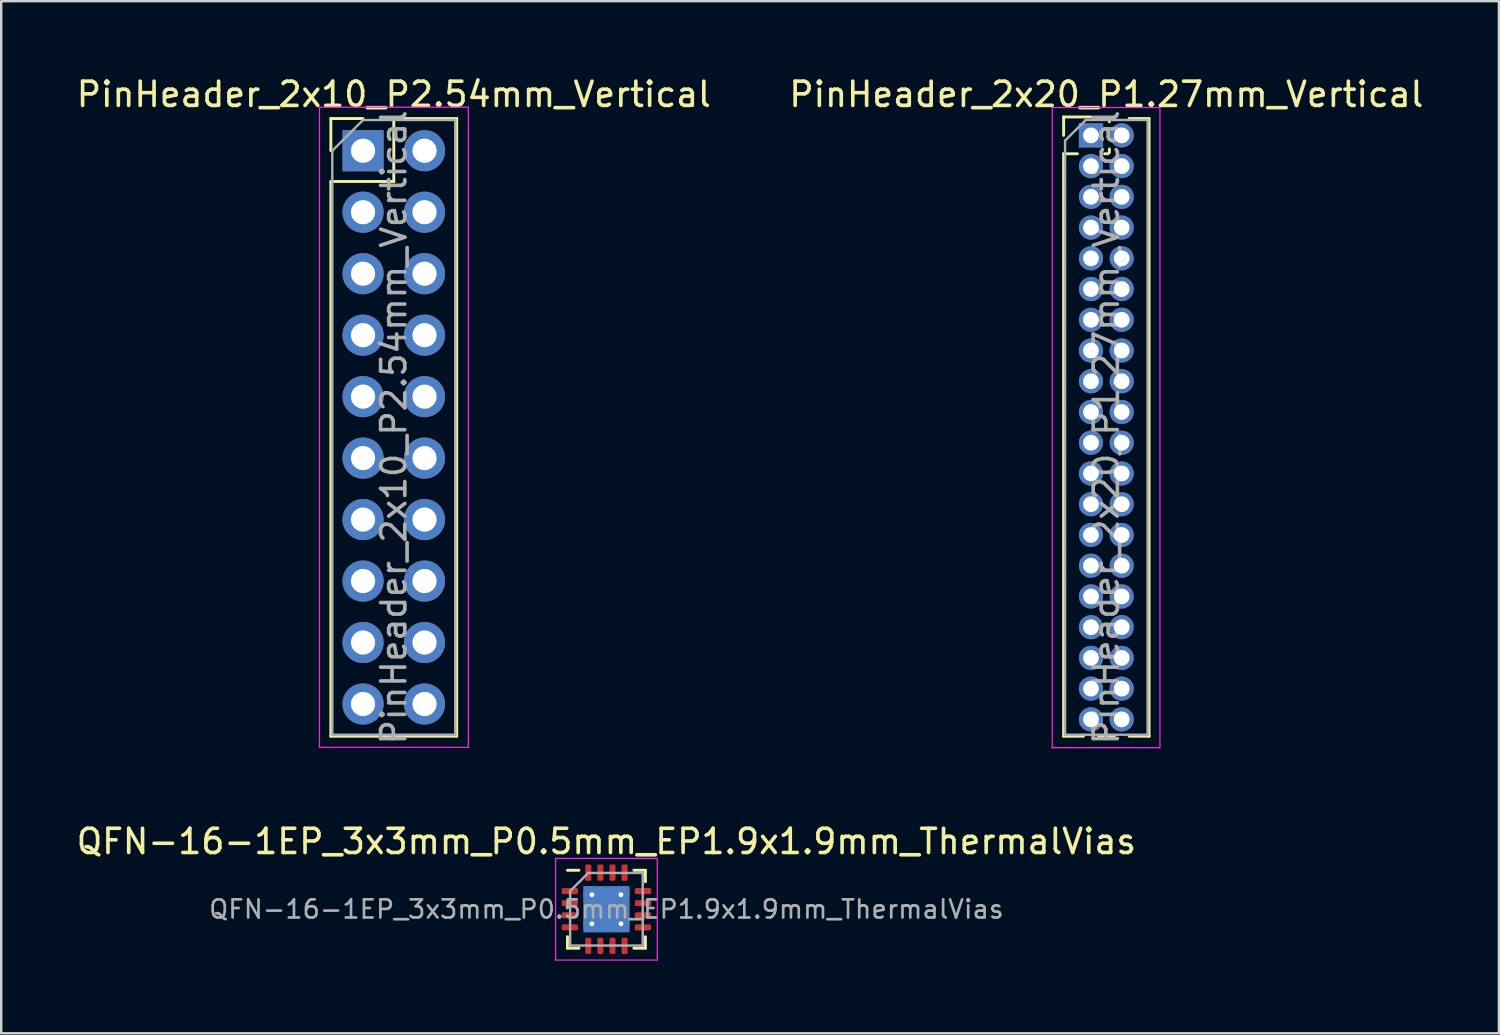
<source format=kicad_pcb>
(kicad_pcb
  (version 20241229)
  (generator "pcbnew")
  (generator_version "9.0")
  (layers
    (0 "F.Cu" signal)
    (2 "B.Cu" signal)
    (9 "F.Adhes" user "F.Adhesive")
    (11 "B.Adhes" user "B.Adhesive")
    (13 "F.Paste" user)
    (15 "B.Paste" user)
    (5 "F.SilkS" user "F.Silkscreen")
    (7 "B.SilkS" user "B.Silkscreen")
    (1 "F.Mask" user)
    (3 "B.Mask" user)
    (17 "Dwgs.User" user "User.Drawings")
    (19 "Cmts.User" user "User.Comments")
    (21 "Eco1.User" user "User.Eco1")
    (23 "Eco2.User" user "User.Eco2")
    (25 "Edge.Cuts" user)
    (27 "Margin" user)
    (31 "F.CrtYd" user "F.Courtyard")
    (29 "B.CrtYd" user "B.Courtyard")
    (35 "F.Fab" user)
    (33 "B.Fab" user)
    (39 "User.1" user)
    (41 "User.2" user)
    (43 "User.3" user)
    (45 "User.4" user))
  (footprint "PinHeader_2x20_P1.27mm_Vertical"
    (layer "F.Cu")
    (at 42.026 2.543)
    (property "Reference" "PinHeader_2x20_P1.27mm_Vertical" (at 0.635 -1.695 0) (layer "F.SilkS") (effects (font (size 1 1) (thickness 0.15))))
    (attr through_hole)
    (fp_line (start -1.13 -0.76) (end 0 -0.76) (stroke (width 0.12) (type solid)) (layer "F.SilkS"))
    (fp_line (start -1.13 0) (end -1.13 -0.76) (stroke (width 0.12) (type solid)) (layer "F.SilkS"))
    (fp_line (start -1.13 0.76) (end -1.13 24.825) (stroke (width 0.12) (type solid)) (layer "F.SilkS"))
    (fp_line (start -1.13 0.76) (end -0.563 0.76) (stroke (width 0.12) (type solid)) (layer "F.SilkS"))
    (fp_line (start -1.13 24.825) (end -0.308 24.825) (stroke (width 0.12) (type solid)) (layer "F.SilkS"))
    (fp_line (start 0.308 24.825) (end 0.962 24.825) (stroke (width 0.12) (type solid)) (layer "F.SilkS"))
    (fp_line (start 0.563 0.76) (end 0.707 0.76) (stroke (width 0.12) (type solid)) (layer "F.SilkS"))
    (fp_line (start 0.76 -0.695) (end 0.962 -0.695) (stroke (width 0.12) (type solid)) (layer "F.SilkS"))
    (fp_line (start 0.76 -0.563) (end 0.76 -0.695) (stroke (width 0.12) (type solid)) (layer "F.SilkS"))
    (fp_line (start 0.76 0.707) (end 0.76 0.563) (stroke (width 0.12) (type solid)) (layer "F.SilkS"))
    (fp_line (start 1.578 -0.695) (end 2.4 -0.695) (stroke (width 0.12) (type solid)) (layer "F.SilkS"))
    (fp_line (start 1.578 24.825) (end 2.4 24.825) (stroke (width 0.12) (type solid)) (layer "F.SilkS"))
    (fp_line (start 2.4 -0.695) (end 2.4 24.825) (stroke (width 0.12) (type solid)) (layer "F.SilkS"))
    (fp_line (start -1.6 -1.15) (end -1.6 25.3) (stroke (width 0.05) (type solid)) (layer "F.CrtYd"))
    (fp_line (start -1.6 25.3) (end 2.85 25.3) (stroke (width 0.05) (type solid)) (layer "F.CrtYd"))
    (fp_line (start 2.85 -1.15) (end -1.6 -1.15) (stroke (width 0.05) (type solid)) (layer "F.CrtYd"))
    (fp_line (start 2.85 25.3) (end 2.85 -1.15) (stroke (width 0.05) (type solid)) (layer "F.CrtYd"))
    (fp_line (start -1.07 0.217) (end -0.217 -0.635) (stroke (width 0.1) (type solid)) (layer "F.Fab"))
    (fp_line (start -1.07 24.765) (end -1.07 0.217) (stroke (width 0.1) (type solid)) (layer "F.Fab"))
    (fp_line (start -0.217 -0.635) (end 2.34 -0.635) (stroke (width 0.1) (type solid)) (layer "F.Fab"))
    (fp_line (start 2.34 -0.635) (end 2.34 24.765) (stroke (width 0.1) (type solid)) (layer "F.Fab"))
    (fp_line (start 2.34 24.765) (end -1.07 24.765) (stroke (width 0.1) (type solid)) (layer "F.Fab"))
    (fp_text user "${REFERENCE}" (at 0.635 12.065 90) (layer "F.Fab") (effects (font (size 1 1) (thickness 0.15))))
    (pad "1" thru_hole rect (at 0 0) (size 1 1) (drill 0.65) (layers "*.Cu" "*.Mask"))
    (pad "2" thru_hole oval (at 1.27 0) (size 1 1) (drill 0.65) (layers "*.Cu" "*.Mask"))
    (pad "3" thru_hole oval (at 0 1.27) (size 1 1) (drill 0.65) (layers "*.Cu" "*.Mask"))
    (pad "4" thru_hole oval (at 1.27 1.27) (size 1 1) (drill 0.65) (layers "*.Cu" "*.Mask"))
    (pad "5" thru_hole oval (at 0 2.54) (size 1 1) (drill 0.65) (layers "*.Cu" "*.Mask"))
    (pad "6" thru_hole oval (at 1.27 2.54) (size 1 1) (drill 0.65) (layers "*.Cu" "*.Mask"))
    (pad "7" thru_hole oval (at 0 3.81) (size 1 1) (drill 0.65) (layers "*.Cu" "*.Mask"))
    (pad "8" thru_hole oval (at 1.27 3.81) (size 1 1) (drill 0.65) (layers "*.Cu" "*.Mask"))
    (pad "9" thru_hole oval (at 0 5.08) (size 1 1) (drill 0.65) (layers "*.Cu" "*.Mask"))
    (pad "10" thru_hole oval (at 1.27 5.08) (size 1 1) (drill 0.65) (layers "*.Cu" "*.Mask"))
    (pad "11" thru_hole oval (at 0 6.35) (size 1 1) (drill 0.65) (layers "*.Cu" "*.Mask"))
    (pad "12" thru_hole oval (at 1.27 6.35) (size 1 1) (drill 0.65) (layers "*.Cu" "*.Mask"))
    (pad "13" thru_hole oval (at 0 7.62) (size 1 1) (drill 0.65) (layers "*.Cu" "*.Mask"))
    (pad "14" thru_hole oval (at 1.27 7.62) (size 1 1) (drill 0.65) (layers "*.Cu" "*.Mask"))
    (pad "15" thru_hole oval (at 0 8.89) (size 1 1) (drill 0.65) (layers "*.Cu" "*.Mask"))
    (pad "16" thru_hole oval (at 1.27 8.89) (size 1 1) (drill 0.65) (layers "*.Cu" "*.Mask"))
    (pad "17" thru_hole oval (at 0 10.16) (size 1 1) (drill 0.65) (layers "*.Cu" "*.Mask"))
    (pad "18" thru_hole oval (at 1.27 10.16) (size 1 1) (drill 0.65) (layers "*.Cu" "*.Mask"))
    (pad "19" thru_hole oval (at 0 11.43) (size 1 1) (drill 0.65) (layers "*.Cu" "*.Mask"))
    (pad "20" thru_hole oval (at 1.27 11.43) (size 1 1) (drill 0.65) (layers "*.Cu" "*.Mask"))
    (pad "21" thru_hole oval (at 0 12.7) (size 1 1) (drill 0.65) (layers "*.Cu" "*.Mask"))
    (pad "22" thru_hole oval (at 1.27 12.7) (size 1 1) (drill 0.65) (layers "*.Cu" "*.Mask"))
    (pad "23" thru_hole oval (at 0 13.97) (size 1 1) (drill 0.65) (layers "*.Cu" "*.Mask"))
    (pad "24" thru_hole oval (at 1.27 13.97) (size 1 1) (drill 0.65) (layers "*.Cu" "*.Mask"))
    (pad "25" thru_hole oval (at 0 15.24) (size 1 1) (drill 0.65) (layers "*.Cu" "*.Mask"))
    (pad "26" thru_hole oval (at 1.27 15.24) (size 1 1) (drill 0.65) (layers "*.Cu" "*.Mask"))
    (pad "27" thru_hole oval (at 0 16.51) (size 1 1) (drill 0.65) (layers "*.Cu" "*.Mask"))
    (pad "28" thru_hole oval (at 1.27 16.51) (size 1 1) (drill 0.65) (layers "*.Cu" "*.Mask"))
    (pad "29" thru_hole oval (at 0 17.78) (size 1 1) (drill 0.65) (layers "*.Cu" "*.Mask"))
    (pad "30" thru_hole oval (at 1.27 17.78) (size 1 1) (drill 0.65) (layers "*.Cu" "*.Mask"))
    (pad "31" thru_hole oval (at 0 19.05) (size 1 1) (drill 0.65) (layers "*.Cu" "*.Mask"))
    (pad "32" thru_hole oval (at 1.27 19.05) (size 1 1) (drill 0.65) (layers "*.Cu" "*.Mask"))
    (pad "33" thru_hole oval (at 0 20.32) (size 1 1) (drill 0.65) (layers "*.Cu" "*.Mask"))
    (pad "34" thru_hole oval (at 1.27 20.32) (size 1 1) (drill 0.65) (layers "*.Cu" "*.Mask"))
    (pad "35" thru_hole oval (at 0 21.59) (size 1 1) (drill 0.65) (layers "*.Cu" "*.Mask"))
    (pad "36" thru_hole oval (at 1.27 21.59) (size 1 1) (drill 0.65) (layers "*.Cu" "*.Mask"))
    (pad "37" thru_hole oval (at 0 22.86) (size 1 1) (drill 0.65) (layers "*.Cu" "*.Mask"))
    (pad "38" thru_hole oval (at 1.27 22.86) (size 1 1) (drill 0.65) (layers "*.Cu" "*.Mask"))
    (pad "39" thru_hole oval (at 0 24.13) (size 1 1) (drill 0.65) (layers "*.Cu" "*.Mask"))
    (pad "40" thru_hole oval (at 1.27 24.13) (size 1 1) (drill 0.65) (layers "*.Cu" "*.Mask")))
  (footprint "QFN-16-1EP_3x3mm_P0.5mm_EP1.9x1.9mm_ThermalVias"
    (layer "F.Cu")
    (at 22.006 34.517)
    (property "Reference" "QFN-16-1EP_3x3mm_P0.5mm_EP1.9x1.9mm_ThermalVias" (at 0 -2.8 0) (layer "F.SilkS") (effects (font (size 1 1) (thickness 0.15))))
    (attr smd)
    (fp_line (start -1.61 1.61) (end -1.61 1.135) (stroke (width 0.12) (type solid)) (layer "F.SilkS"))
    (fp_line (start -1.135 -1.61) (end -1.61 -1.61) (stroke (width 0.12) (type solid)) (layer "F.SilkS"))
    (fp_line (start -1.135 1.61) (end -1.61 1.61) (stroke (width 0.12) (type solid)) (layer "F.SilkS"))
    (fp_line (start 1.135 -1.61) (end 1.61 -1.61) (stroke (width 0.12) (type solid)) (layer "F.SilkS"))
    (fp_line (start 1.135 1.61) (end 1.61 1.61) (stroke (width 0.12) (type solid)) (layer "F.SilkS"))
    (fp_line (start 1.61 -1.61) (end 1.61 -1.135) (stroke (width 0.12) (type solid)) (layer "F.SilkS"))
    (fp_line (start 1.61 1.61) (end 1.61 1.135) (stroke (width 0.12) (type solid)) (layer "F.SilkS"))
    (fp_line (start -2.1 -2.1) (end -2.1 2.1) (stroke (width 0.05) (type solid)) (layer "F.CrtYd"))
    (fp_line (start -2.1 2.1) (end 2.1 2.1) (stroke (width 0.05) (type solid)) (layer "F.CrtYd"))
    (fp_line (start 2.1 -2.1) (end -2.1 -2.1) (stroke (width 0.05) (type solid)) (layer "F.CrtYd"))
    (fp_line (start 2.1 2.1) (end 2.1 -2.1) (stroke (width 0.05) (type solid)) (layer "F.CrtYd"))
    (fp_line (start -1.5 -0.75) (end -0.75 -1.5) (stroke (width 0.1) (type solid)) (layer "F.Fab"))
    (fp_line (start -1.5 1.5) (end -1.5 -0.75) (stroke (width 0.1) (type solid)) (layer "F.Fab"))
    (fp_line (start -0.75 -1.5) (end 1.5 -1.5) (stroke (width 0.1) (type solid)) (layer "F.Fab"))
    (fp_line (start 1.5 -1.5) (end 1.5 1.5) (stroke (width 0.1) (type solid)) (layer "F.Fab"))
    (fp_line (start 1.5 1.5) (end -1.5 1.5) (stroke (width 0.1) (type solid)) (layer "F.Fab"))
    (fp_text user "${REFERENCE}" (at 0 0 0) (layer "F.Fab") (effects (font (size 0.75 0.75) (thickness 0.11))))
    (pad "" smd roundrect (at -0.475 -0.475) (size 0.82 0.82) (layers "F.Paste") (roundrect_rratio 0.25))
    (pad "" smd roundrect (at -0.475 0.475) (size 0.82 0.82) (layers "F.Paste") (roundrect_rratio 0.25))
    (pad "" smd roundrect (at 0.475 -0.475) (size 0.82 0.82) (layers "F.Paste") (roundrect_rratio 0.25))
    (pad "" smd roundrect (at 0.475 0.475) (size 0.82 0.82) (layers "F.Paste") (roundrect_rratio 0.25))
    (pad "1" smd roundrect (at -1.512 -0.75) (size 0.675 0.25) (layers "F.Cu" "F.Mask" "F.Paste") (roundrect_rratio 0.25))
    (pad "2" smd roundrect (at -1.512 -0.25) (size 0.675 0.25) (layers "F.Cu" "F.Mask" "F.Paste") (roundrect_rratio 0.25))
    (pad "3" smd roundrect (at -1.512 0.25) (size 0.675 0.25) (layers "F.Cu" "F.Mask" "F.Paste") (roundrect_rratio 0.25))
    (pad "4" smd roundrect (at -1.512 0.75) (size 0.675 0.25) (layers "F.Cu" "F.Mask" "F.Paste") (roundrect_rratio 0.25))
    (pad "5" smd roundrect (at -0.75 1.512) (size 0.25 0.675) (layers "F.Cu" "F.Mask" "F.Paste") (roundrect_rratio 0.25))
    (pad "6" smd roundrect (at -0.25 1.512) (size 0.25 0.675) (layers "F.Cu" "F.Mask" "F.Paste") (roundrect_rratio 0.25))
    (pad "7" smd roundrect (at 0.25 1.512) (size 0.25 0.675) (layers "F.Cu" "F.Mask" "F.Paste") (roundrect_rratio 0.25))
    (pad "8" smd roundrect (at 0.75 1.512) (size 0.25 0.675) (layers "F.Cu" "F.Mask" "F.Paste") (roundrect_rratio 0.25))
    (pad "9" smd roundrect (at 1.512 0.75) (size 0.675 0.25) (layers "F.Cu" "F.Mask" "F.Paste") (roundrect_rratio 0.25))
    (pad "10" smd roundrect (at 1.512 0.25) (size 0.675 0.25) (layers "F.Cu" "F.Mask" "F.Paste") (roundrect_rratio 0.25))
    (pad "11" smd roundrect (at 1.512 -0.25) (size 0.675 0.25) (layers "F.Cu" "F.Mask" "F.Paste") (roundrect_rratio 0.25))
    (pad "12" smd roundrect (at 1.512 -0.75) (size 0.675 0.25) (layers "F.Cu" "F.Mask" "F.Paste") (roundrect_rratio 0.25))
    (pad "13" smd roundrect (at 0.75 -1.512) (size 0.25 0.675) (layers "F.Cu" "F.Mask" "F.Paste") (roundrect_rratio 0.25))
    (pad "14" smd roundrect (at 0.25 -1.512) (size 0.25 0.675) (layers "F.Cu" "F.Mask" "F.Paste") (roundrect_rratio 0.25))
    (pad "15" smd roundrect (at -0.25 -1.512) (size 0.25 0.675) (layers "F.Cu" "F.Mask" "F.Paste") (roundrect_rratio 0.25))
    (pad "16" smd roundrect (at -0.75 -1.512) (size 0.25 0.675) (layers "F.Cu" "F.Mask" "F.Paste") (roundrect_rratio 0.25))
    (pad "17" thru_hole circle (at -0.6 -0.6) (size 0.7 0.7) (drill 0.2) (layers "*.Cu"))
    (pad "17" thru_hole circle (at -0.6 0.6) (size 0.7 0.7) (drill 0.2) (layers "*.Cu"))
    (pad "17" smd rect (at 0 0) (size 1.9 1.9) (layers "F.Cu" "F.Mask"))
    (pad "17" smd rect (at 0 0) (size 1.9 1.9) (layers "B.Cu"))
    (pad "17" thru_hole circle (at 0.6 -0.6) (size 0.7 0.7) (drill 0.2) (layers "*.Cu"))
    (pad "17" thru_hole circle (at 0.6 0.6) (size 0.7 0.7) (drill 0.2) (layers "*.Cu")))
  (footprint "PinHeader_2x10_P2.54mm_Vertical"
    (layer "F.Cu")
    (at 11.95 3.178)
    (property "Reference" "PinHeader_2x10_P2.54mm_Vertical" (at 1.27 -2.33 0) (layer "F.SilkS") (effects (font (size 1 1) (thickness 0.15))))
    (attr through_hole)
    (fp_line (start -1.33 -1.33) (end 0 -1.33) (stroke (width 0.12) (type solid)) (layer "F.SilkS"))
    (fp_line (start -1.33 0) (end -1.33 -1.33) (stroke (width 0.12) (type solid)) (layer "F.SilkS"))
    (fp_line (start -1.33 1.27) (end -1.33 24.19) (stroke (width 0.12) (type solid)) (layer "F.SilkS"))
    (fp_line (start -1.33 1.27) (end 1.27 1.27) (stroke (width 0.12) (type solid)) (layer "F.SilkS"))
    (fp_line (start -1.33 24.19) (end 3.87 24.19) (stroke (width 0.12) (type solid)) (layer "F.SilkS"))
    (fp_line (start 1.27 -1.33) (end 3.87 -1.33) (stroke (width 0.12) (type solid)) (layer "F.SilkS"))
    (fp_line (start 1.27 1.27) (end 1.27 -1.33) (stroke (width 0.12) (type solid)) (layer "F.SilkS"))
    (fp_line (start 3.87 -1.33) (end 3.87 24.19) (stroke (width 0.12) (type solid)) (layer "F.SilkS"))
    (fp_line (start -1.8 -1.8) (end -1.8 24.65) (stroke (width 0.05) (type solid)) (layer "F.CrtYd"))
    (fp_line (start -1.8 24.65) (end 4.35 24.65) (stroke (width 0.05) (type solid)) (layer "F.CrtYd"))
    (fp_line (start 4.35 -1.8) (end -1.8 -1.8) (stroke (width 0.05) (type solid)) (layer "F.CrtYd"))
    (fp_line (start 4.35 24.65) (end 4.35 -1.8) (stroke (width 0.05) (type solid)) (layer "F.CrtYd"))
    (fp_line (start -1.27 0) (end 0 -1.27) (stroke (width 0.1) (type solid)) (layer "F.Fab"))
    (fp_line (start -1.27 24.13) (end -1.27 0) (stroke (width 0.1) (type solid)) (layer "F.Fab"))
    (fp_line (start 0 -1.27) (end 3.81 -1.27) (stroke (width 0.1) (type solid)) (layer "F.Fab"))
    (fp_line (start 3.81 -1.27) (end 3.81 24.13) (stroke (width 0.1) (type solid)) (layer "F.Fab"))
    (fp_line (start 3.81 24.13) (end -1.27 24.13) (stroke (width 0.1) (type solid)) (layer "F.Fab"))
    (fp_text user "${REFERENCE}" (at 1.27 11.43 90) (layer "F.Fab") (effects (font (size 1 1) (thickness 0.15))))
    (pad "1" thru_hole rect (at 0 0) (size 1.7 1.7) (drill 1) (layers "*.Cu" "*.Mask"))
    (pad "2" thru_hole oval (at 2.54 0) (size 1.7 1.7) (drill 1) (layers "*.Cu" "*.Mask"))
    (pad "3" thru_hole oval (at 0 2.54) (size 1.7 1.7) (drill 1) (layers "*.Cu" "*.Mask"))
    (pad "4" thru_hole oval (at 2.54 2.54) (size 1.7 1.7) (drill 1) (layers "*.Cu" "*.Mask"))
    (pad "5" thru_hole oval (at 0 5.08) (size 1.7 1.7) (drill 1) (layers "*.Cu" "*.Mask"))
    (pad "6" thru_hole oval (at 2.54 5.08) (size 1.7 1.7) (drill 1) (layers "*.Cu" "*.Mask"))
    (pad "7" thru_hole oval (at 0 7.62) (size 1.7 1.7) (drill 1) (layers "*.Cu" "*.Mask"))
    (pad "8" thru_hole oval (at 2.54 7.62) (size 1.7 1.7) (drill 1) (layers "*.Cu" "*.Mask"))
    (pad "9" thru_hole oval (at 0 10.16) (size 1.7 1.7) (drill 1) (layers "*.Cu" "*.Mask"))
    (pad "10" thru_hole oval (at 2.54 10.16) (size 1.7 1.7) (drill 1) (layers "*.Cu" "*.Mask"))
    (pad "11" thru_hole oval (at 0 12.7) (size 1.7 1.7) (drill 1) (layers "*.Cu" "*.Mask"))
    (pad "12" thru_hole oval (at 2.54 12.7) (size 1.7 1.7) (drill 1) (layers "*.Cu" "*.Mask"))
    (pad "13" thru_hole oval (at 0 15.24) (size 1.7 1.7) (drill 1) (layers "*.Cu" "*.Mask"))
    (pad "14" thru_hole oval (at 2.54 15.24) (size 1.7 1.7) (drill 1) (layers "*.Cu" "*.Mask"))
    (pad "15" thru_hole oval (at 0 17.78) (size 1.7 1.7) (drill 1) (layers "*.Cu" "*.Mask"))
    (pad "16" thru_hole oval (at 2.54 17.78) (size 1.7 1.7) (drill 1) (layers "*.Cu" "*.Mask"))
    (pad "17" thru_hole oval (at 0 20.32) (size 1.7 1.7) (drill 1) (layers "*.Cu" "*.Mask"))
    (pad "18" thru_hole oval (at 2.54 20.32) (size 1.7 1.7) (drill 1) (layers "*.Cu" "*.Mask"))
    (pad "19" thru_hole oval (at 0 22.86) (size 1.7 1.7) (drill 1) (layers "*.Cu" "*.Mask"))
    (pad "20" thru_hole oval (at 2.54 22.86) (size 1.7 1.7) (drill 1) (layers "*.Cu" "*.Mask")))
  (gr_rect
    (start -3 -3)
    (end 58.881 39.642)
    (stroke (width 0.1) (type default))
    (fill no)
    (layer "Edge.Cuts")))
</source>
